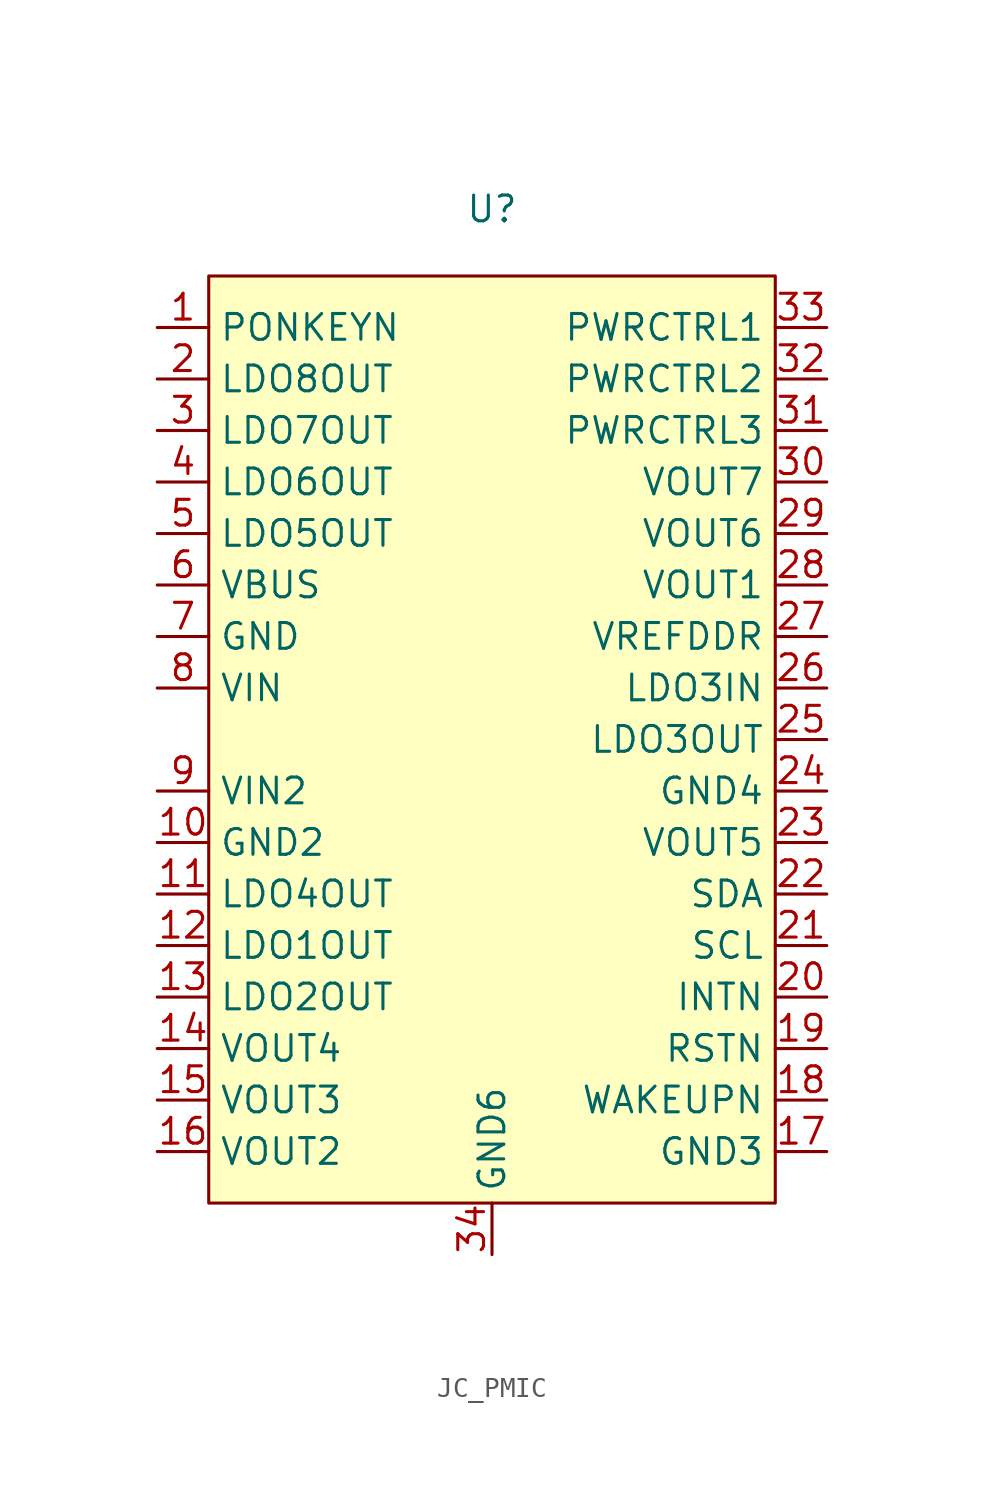
<source format=kicad_sym>
(kicad_symbol_lib
  (version 20241209)
  (generator "kicad_symbol_editor")
  (generator_version "9.0")
  (symbol "JC_PMIC"
    (property "Reference" "U"
      (at 0 26.162 0)
      (effects (font (size 1.27 1.27))))
    (property "Value" ""
      (at 0 0 0)
      (effects (font (size 1.27 1.27))))
    (symbol "JC_PMIC_1_1"
      (rectangle (start -13.97 22.86) (end 13.97 -22.86) (stroke (width 0) (type solid)) (fill (type background)))
      (pin input line (at -16.51 20.32 0) (length 2.54) (name "PONKEYN" (effects (font (size 1.27 1.27)))) (number "1" (effects (font (size 1.27 1.27)))))
      (pin power_out line (at -16.51 17.78 0) (length 2.54) (name "LDO8OUT" (effects (font (size 1.27 1.27)))) (number "2" (effects (font (size 1.27 1.27)))))
      (pin power_out line (at -16.51 15.24 0) (length 2.54) (name "LDO7OUT" (effects (font (size 1.27 1.27)))) (number "3" (effects (font (size 1.27 1.27)))))
      (pin power_out line (at -16.51 12.7 0) (length 2.54) (name "LDO6OUT" (effects (font (size 1.27 1.27)))) (number "4" (effects (font (size 1.27 1.27)))))
      (pin power_out line (at -16.51 10.16 0) (length 2.54) (name "LDO5OUT" (effects (font (size 1.27 1.27)))) (number "5" (effects (font (size 1.27 1.27)))))
      (pin power_in line (at -16.51 7.62 0) (length 2.54) (name "VBUS" (effects (font (size 1.27 1.27)))) (number "6" (effects (font (size 1.27 1.27)))))
      (pin power_in line (at -16.51 5.08 0) (length 2.54) (name "GND" (effects (font (size 1.27 1.27)))) (number "7" (effects (font (size 1.27 1.27)))))
      (pin power_in line (at -16.51 2.54 0) (length 2.54) (name "VIN" (effects (font (size 1.27 1.27)))) (number "8" (effects (font (size 1.27 1.27)))))
      (pin power_in line (at -16.51 -2.54 0) (length 2.54) (name "VIN2" (effects (font (size 1.27 1.27)))) (number "9" (effects (font (size 1.27 1.27)))))
      (pin power_in line (at -16.51 -5.08 0) (length 2.54) (name "GND2" (effects (font (size 1.27 1.27)))) (number "10" (effects (font (size 1.27 1.27)))))
      (pin power_out line (at -16.51 -7.62 0) (length 2.54) (name "LDO4OUT" (effects (font (size 1.27 1.27)))) (number "11" (effects (font (size 1.27 1.27)))))
      (pin power_out line (at -16.51 -10.16 0) (length 2.54) (name "LDO1OUT" (effects (font (size 1.27 1.27)))) (number "12" (effects (font (size 1.27 1.27)))))
      (pin power_out line (at -16.51 -12.7 0) (length 2.54) (name "LDO2OUT" (effects (font (size 1.27 1.27)))) (number "13" (effects (font (size 1.27 1.27)))))
      (pin power_out line (at -16.51 -15.24 0) (length 2.54) (name "VOUT4" (effects (font (size 1.27 1.27)))) (number "14" (effects (font (size 1.27 1.27)))))
      (pin power_out line (at -16.51 -17.78 0) (length 2.54) (name "VOUT3" (effects (font (size 1.27 1.27)))) (number "15" (effects (font (size 1.27 1.27)))))
      (pin power_out line (at -16.51 -20.32 0) (length 2.54) (name "VOUT2" (effects (font (size 1.27 1.27)))) (number "16" (effects (font (size 1.27 1.27)))))
      (pin power_in line (at 0 -25.4 90) (length 2.54) (name "GND6" (effects (font (size 1.27 1.27)))) (number "34" (effects (font (size 1.27 1.27)))))
      (pin input line (at 16.51 20.32 180) (length 2.54) (name "PWRCTRL1" (effects (font (size 1.27 1.27)))) (number "33" (effects (font (size 1.27 1.27)))))
      (pin input line (at 16.51 17.78 180) (length 2.54) (name "PWRCTRL2" (effects (font (size 1.27 1.27)))) (number "32" (effects (font (size 1.27 1.27)))))
      (pin input line (at 16.51 15.24 180) (length 2.54) (name "PWRCTRL3" (effects (font (size 1.27 1.27)))) (number "31" (effects (font (size 1.27 1.27)))))
      (pin power_out line (at 16.51 12.7 180) (length 2.54) (name "VOUT7" (effects (font (size 1.27 1.27)))) (number "30" (effects (font (size 1.27 1.27)))))
      (pin power_out line (at 16.51 10.16 180) (length 2.54) (name "VOUT6" (effects (font (size 1.27 1.27)))) (number "29" (effects (font (size 1.27 1.27)))))
      (pin power_out line (at 16.51 7.62 180) (length 2.54) (name "VOUT1" (effects (font (size 1.27 1.27)))) (number "28" (effects (font (size 1.27 1.27)))))
      (pin power_out line (at 16.51 5.08 180) (length 2.54) (name "VREFDDR" (effects (font (size 1.27 1.27)))) (number "27" (effects (font (size 1.27 1.27)))))
      (pin power_in line (at 16.51 2.54 180) (length 2.54) (name "LDO3IN" (effects (font (size 1.27 1.27)))) (number "26" (effects (font (size 1.27 1.27)))))
      (pin power_out line (at 16.51 0 180) (length 2.54) (name "LDO3OUT" (effects (font (size 1.27 1.27)))) (number "25" (effects (font (size 1.27 1.27)))))
      (pin input line (at 16.51 -2.54 180) (length 2.54) (name "GND4" (effects (font (size 1.27 1.27)))) (number "24" (effects (font (size 1.27 1.27)))))
      (pin power_out line (at 16.51 -5.08 180) (length 2.54) (name "VOUT5" (effects (font (size 1.27 1.27)))) (number "23" (effects (font (size 1.27 1.27)))))
      (pin bidirectional line (at 16.51 -7.62 180) (length 2.54) (name "SDA" (effects (font (size 1.27 1.27)))) (number "22" (effects (font (size 1.27 1.27)))))
      (pin input line (at 16.51 -10.16 180) (length 2.54) (name "SCL" (effects (font (size 1.27 1.27)))) (number "21" (effects (font (size 1.27 1.27)))))
      (pin output line (at 16.51 -12.7 180) (length 2.54) (name "INTN" (effects (font (size 1.27 1.27)))) (number "20" (effects (font (size 1.27 1.27)))))
      (pin bidirectional line (at 16.51 -15.24 180) (length 2.54) (name "RSTN" (effects (font (size 1.27 1.27)))) (number "19" (effects (font (size 1.27 1.27)))))
      (pin input line (at 16.51 -17.78 180) (length 2.54) (name "WAKEUPN" (effects (font (size 1.27 1.27)))) (number "18" (effects (font (size 1.27 1.27)))))
      (pin power_in line (at 16.51 -20.32 180) (length 2.54) (name "GND3" (effects (font (size 1.27 1.27)))) (number "17" (effects (font (size 1.27 1.27))))))))
</source>
